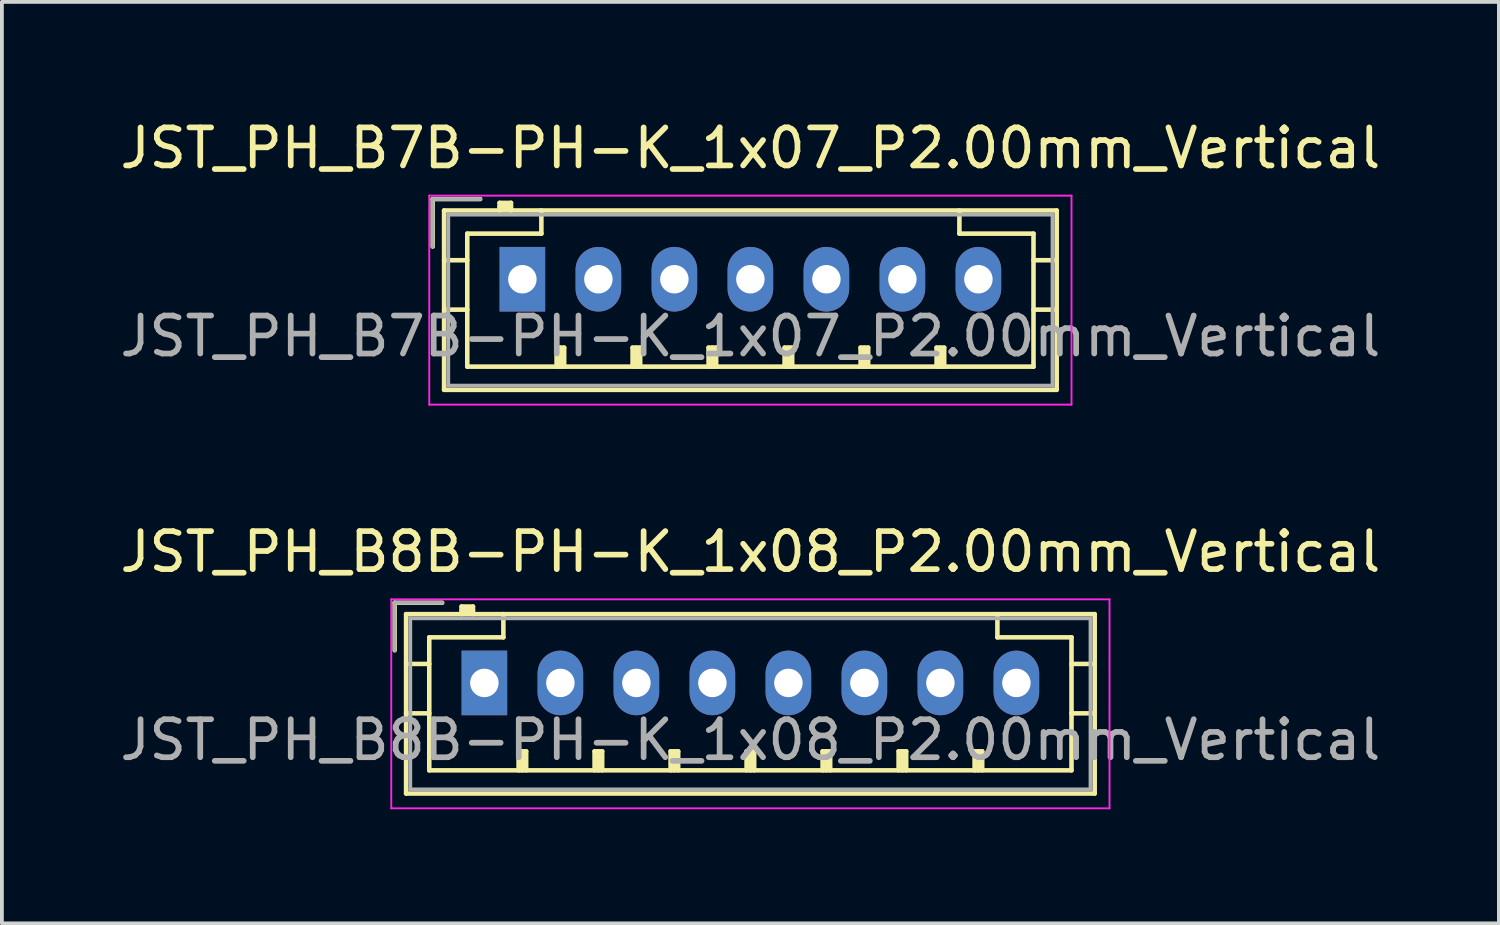
<source format=kicad_pcb>
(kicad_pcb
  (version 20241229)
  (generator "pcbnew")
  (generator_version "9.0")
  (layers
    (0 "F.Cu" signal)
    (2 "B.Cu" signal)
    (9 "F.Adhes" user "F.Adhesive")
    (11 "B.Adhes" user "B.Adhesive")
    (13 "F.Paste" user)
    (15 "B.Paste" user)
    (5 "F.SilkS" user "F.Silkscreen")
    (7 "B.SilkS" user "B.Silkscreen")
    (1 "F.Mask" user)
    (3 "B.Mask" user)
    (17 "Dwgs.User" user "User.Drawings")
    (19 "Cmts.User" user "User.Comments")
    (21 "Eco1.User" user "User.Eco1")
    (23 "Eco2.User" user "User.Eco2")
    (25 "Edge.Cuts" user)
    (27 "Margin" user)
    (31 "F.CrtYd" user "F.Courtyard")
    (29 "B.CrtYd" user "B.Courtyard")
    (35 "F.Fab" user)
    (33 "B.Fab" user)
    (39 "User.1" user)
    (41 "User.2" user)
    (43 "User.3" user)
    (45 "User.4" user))
  (footprint "JST_PH_B8B-PH-K_1x08_P2.00mm_Vertical"
    (layer "F.Cu")
    (at 9.696 14.921)
    (property "Reference" "JST_PH_B8B-PH-K_1x08_P2.00mm_Vertical" (at 7 -3.45 0) (layer "F.SilkS") (effects (font (size 1 1) (thickness 0.15))))
    (attr through_hole)
    (fp_line (start -2.36 -2.11) (end -2.36 -0.86) (stroke (width 0.12) (type solid)) (layer "F.SilkS"))
    (fp_line (start -2.06 -1.81) (end -2.06 2.91) (stroke (width 0.12) (type solid)) (layer "F.SilkS"))
    (fp_line (start -2.06 -0.5) (end -1.45 -0.5) (stroke (width 0.12) (type solid)) (layer "F.SilkS"))
    (fp_line (start -2.06 0.8) (end -1.45 0.8) (stroke (width 0.12) (type solid)) (layer "F.SilkS"))
    (fp_line (start -2.06 2.91) (end 16.06 2.91) (stroke (width 0.12) (type solid)) (layer "F.SilkS"))
    (fp_line (start -1.45 -1.2) (end -1.45 2.3) (stroke (width 0.12) (type solid)) (layer "F.SilkS"))
    (fp_line (start -1.45 2.3) (end 15.45 2.3) (stroke (width 0.12) (type solid)) (layer "F.SilkS"))
    (fp_line (start -1.11 -2.11) (end -2.36 -2.11) (stroke (width 0.12) (type solid)) (layer "F.SilkS"))
    (fp_line (start -0.6 -2.01) (end -0.6 -1.81) (stroke (width 0.12) (type solid)) (layer "F.SilkS"))
    (fp_line (start -0.3 -2.01) (end -0.6 -2.01) (stroke (width 0.12) (type solid)) (layer "F.SilkS"))
    (fp_line (start -0.3 -1.91) (end -0.6 -1.91) (stroke (width 0.12) (type solid)) (layer "F.SilkS"))
    (fp_line (start -0.3 -1.81) (end -0.3 -2.01) (stroke (width 0.12) (type solid)) (layer "F.SilkS"))
    (fp_line (start 0.5 -1.81) (end 0.5 -1.2) (stroke (width 0.12) (type solid)) (layer "F.SilkS"))
    (fp_line (start 0.5 -1.2) (end -1.45 -1.2) (stroke (width 0.12) (type solid)) (layer "F.SilkS"))
    (fp_line (start 0.9 1.8) (end 1.1 1.8) (stroke (width 0.12) (type solid)) (layer "F.SilkS"))
    (fp_line (start 0.9 2.3) (end 0.9 1.8) (stroke (width 0.12) (type solid)) (layer "F.SilkS"))
    (fp_line (start 1 2.3) (end 1 1.8) (stroke (width 0.12) (type solid)) (layer "F.SilkS"))
    (fp_line (start 1.1 1.8) (end 1.1 2.3) (stroke (width 0.12) (type solid)) (layer "F.SilkS"))
    (fp_line (start 2.9 1.8) (end 3.1 1.8) (stroke (width 0.12) (type solid)) (layer "F.SilkS"))
    (fp_line (start 2.9 2.3) (end 2.9 1.8) (stroke (width 0.12) (type solid)) (layer "F.SilkS"))
    (fp_line (start 3 2.3) (end 3 1.8) (stroke (width 0.12) (type solid)) (layer "F.SilkS"))
    (fp_line (start 3.1 1.8) (end 3.1 2.3) (stroke (width 0.12) (type solid)) (layer "F.SilkS"))
    (fp_line (start 4.9 1.8) (end 5.1 1.8) (stroke (width 0.12) (type solid)) (layer "F.SilkS"))
    (fp_line (start 4.9 2.3) (end 4.9 1.8) (stroke (width 0.12) (type solid)) (layer "F.SilkS"))
    (fp_line (start 5 2.3) (end 5 1.8) (stroke (width 0.12) (type solid)) (layer "F.SilkS"))
    (fp_line (start 5.1 1.8) (end 5.1 2.3) (stroke (width 0.12) (type solid)) (layer "F.SilkS"))
    (fp_line (start 6.9 1.8) (end 7.1 1.8) (stroke (width 0.12) (type solid)) (layer "F.SilkS"))
    (fp_line (start 6.9 2.3) (end 6.9 1.8) (stroke (width 0.12) (type solid)) (layer "F.SilkS"))
    (fp_line (start 7 2.3) (end 7 1.8) (stroke (width 0.12) (type solid)) (layer "F.SilkS"))
    (fp_line (start 7.1 1.8) (end 7.1 2.3) (stroke (width 0.12) (type solid)) (layer "F.SilkS"))
    (fp_line (start 8.9 1.8) (end 9.1 1.8) (stroke (width 0.12) (type solid)) (layer "F.SilkS"))
    (fp_line (start 8.9 2.3) (end 8.9 1.8) (stroke (width 0.12) (type solid)) (layer "F.SilkS"))
    (fp_line (start 9 2.3) (end 9 1.8) (stroke (width 0.12) (type solid)) (layer "F.SilkS"))
    (fp_line (start 9.1 1.8) (end 9.1 2.3) (stroke (width 0.12) (type solid)) (layer "F.SilkS"))
    (fp_line (start 10.9 1.8) (end 11.1 1.8) (stroke (width 0.12) (type solid)) (layer "F.SilkS"))
    (fp_line (start 10.9 2.3) (end 10.9 1.8) (stroke (width 0.12) (type solid)) (layer "F.SilkS"))
    (fp_line (start 11 2.3) (end 11 1.8) (stroke (width 0.12) (type solid)) (layer "F.SilkS"))
    (fp_line (start 11.1 1.8) (end 11.1 2.3) (stroke (width 0.12) (type solid)) (layer "F.SilkS"))
    (fp_line (start 12.9 1.8) (end 13.1 1.8) (stroke (width 0.12) (type solid)) (layer "F.SilkS"))
    (fp_line (start 12.9 2.3) (end 12.9 1.8) (stroke (width 0.12) (type solid)) (layer "F.SilkS"))
    (fp_line (start 13 2.3) (end 13 1.8) (stroke (width 0.12) (type solid)) (layer "F.SilkS"))
    (fp_line (start 13.1 1.8) (end 13.1 2.3) (stroke (width 0.12) (type solid)) (layer "F.SilkS"))
    (fp_line (start 13.5 -1.2) (end 13.5 -1.81) (stroke (width 0.12) (type solid)) (layer "F.SilkS"))
    (fp_line (start 15.45 -1.2) (end 13.5 -1.2) (stroke (width 0.12) (type solid)) (layer "F.SilkS"))
    (fp_line (start 15.45 2.3) (end 15.45 -1.2) (stroke (width 0.12) (type solid)) (layer "F.SilkS"))
    (fp_line (start 16.06 -1.81) (end -2.06 -1.81) (stroke (width 0.12) (type solid)) (layer "F.SilkS"))
    (fp_line (start 16.06 -0.5) (end 15.45 -0.5) (stroke (width 0.12) (type solid)) (layer "F.SilkS"))
    (fp_line (start 16.06 0.8) (end 15.45 0.8) (stroke (width 0.12) (type solid)) (layer "F.SilkS"))
    (fp_line (start 16.06 2.91) (end 16.06 -1.81) (stroke (width 0.12) (type solid)) (layer "F.SilkS"))
    (fp_line (start -2.45 -2.2) (end -2.45 3.3) (stroke (width 0.05) (type solid)) (layer "F.CrtYd"))
    (fp_line (start -2.45 3.3) (end 16.45 3.3) (stroke (width 0.05) (type solid)) (layer "F.CrtYd"))
    (fp_line (start 16.45 -2.2) (end -2.45 -2.2) (stroke (width 0.05) (type solid)) (layer "F.CrtYd"))
    (fp_line (start 16.45 3.3) (end 16.45 -2.2) (stroke (width 0.05) (type solid)) (layer "F.CrtYd"))
    (fp_line (start -2.36 -2.11) (end -2.36 -0.86) (stroke (width 0.1) (type solid)) (layer "F.Fab"))
    (fp_line (start -1.95 -1.7) (end -1.95 2.8) (stroke (width 0.1) (type solid)) (layer "F.Fab"))
    (fp_line (start -1.95 2.8) (end 15.95 2.8) (stroke (width 0.1) (type solid)) (layer "F.Fab"))
    (fp_line (start -1.11 -2.11) (end -2.36 -2.11) (stroke (width 0.1) (type solid)) (layer "F.Fab"))
    (fp_line (start 15.95 -1.7) (end -1.95 -1.7) (stroke (width 0.1) (type solid)) (layer "F.Fab"))
    (fp_line (start 15.95 2.8) (end 15.95 -1.7) (stroke (width 0.1) (type solid)) (layer "F.Fab"))
    (fp_text user "${REFERENCE}" (at 7 1.5 0) (layer "F.Fab") (effects (font (size 1 1) (thickness 0.15))))
    (pad "1" thru_hole rect (at 0 0) (size 1.2 1.7) (drill 0.75) (layers "*.Cu" "*.Mask"))
    (pad "2" thru_hole oval (at 2 0) (size 1.2 1.7) (drill 0.75) (layers "*.Cu" "*.Mask"))
    (pad "3" thru_hole oval (at 4 0) (size 1.2 1.7) (drill 0.75) (layers "*.Cu" "*.Mask"))
    (pad "4" thru_hole oval (at 6 0) (size 1.2 1.7) (drill 0.75) (layers "*.Cu" "*.Mask"))
    (pad "5" thru_hole oval (at 8 0) (size 1.2 1.7) (drill 0.75) (layers "*.Cu" "*.Mask"))
    (pad "6" thru_hole oval (at 10 0) (size 1.2 1.7) (drill 0.75) (layers "*.Cu" "*.Mask"))
    (pad "7" thru_hole oval (at 12 0) (size 1.2 1.7) (drill 0.75) (layers "*.Cu" "*.Mask"))
    (pad "8" thru_hole oval (at 14 0) (size 1.2 1.7) (drill 0.75) (layers "*.Cu" "*.Mask")))
  (footprint "JST_PH_B7B-PH-K_1x07_P2.00mm_Vertical"
    (layer "F.Cu")
    (at 10.696 4.298)
    (property "Reference" "JST_PH_B7B-PH-K_1x07_P2.00mm_Vertical" (at 6 -3.45 0) (layer "F.SilkS") (effects (font (size 1 1) (thickness 0.15))))
    (attr through_hole)
    (fp_line (start -2.36 -2.11) (end -2.36 -0.86) (stroke (width 0.12) (type solid)) (layer "F.SilkS"))
    (fp_line (start -2.06 -1.81) (end -2.06 2.91) (stroke (width 0.12) (type solid)) (layer "F.SilkS"))
    (fp_line (start -2.06 -0.5) (end -1.45 -0.5) (stroke (width 0.12) (type solid)) (layer "F.SilkS"))
    (fp_line (start -2.06 0.8) (end -1.45 0.8) (stroke (width 0.12) (type solid)) (layer "F.SilkS"))
    (fp_line (start -2.06 2.91) (end 14.06 2.91) (stroke (width 0.12) (type solid)) (layer "F.SilkS"))
    (fp_line (start -1.45 -1.2) (end -1.45 2.3) (stroke (width 0.12) (type solid)) (layer "F.SilkS"))
    (fp_line (start -1.45 2.3) (end 13.45 2.3) (stroke (width 0.12) (type solid)) (layer "F.SilkS"))
    (fp_line (start -1.11 -2.11) (end -2.36 -2.11) (stroke (width 0.12) (type solid)) (layer "F.SilkS"))
    (fp_line (start -0.6 -2.01) (end -0.6 -1.81) (stroke (width 0.12) (type solid)) (layer "F.SilkS"))
    (fp_line (start -0.3 -2.01) (end -0.6 -2.01) (stroke (width 0.12) (type solid)) (layer "F.SilkS"))
    (fp_line (start -0.3 -1.91) (end -0.6 -1.91) (stroke (width 0.12) (type solid)) (layer "F.SilkS"))
    (fp_line (start -0.3 -1.81) (end -0.3 -2.01) (stroke (width 0.12) (type solid)) (layer "F.SilkS"))
    (fp_line (start 0.5 -1.81) (end 0.5 -1.2) (stroke (width 0.12) (type solid)) (layer "F.SilkS"))
    (fp_line (start 0.5 -1.2) (end -1.45 -1.2) (stroke (width 0.12) (type solid)) (layer "F.SilkS"))
    (fp_line (start 0.9 1.8) (end 1.1 1.8) (stroke (width 0.12) (type solid)) (layer "F.SilkS"))
    (fp_line (start 0.9 2.3) (end 0.9 1.8) (stroke (width 0.12) (type solid)) (layer "F.SilkS"))
    (fp_line (start 1 2.3) (end 1 1.8) (stroke (width 0.12) (type solid)) (layer "F.SilkS"))
    (fp_line (start 1.1 1.8) (end 1.1 2.3) (stroke (width 0.12) (type solid)) (layer "F.SilkS"))
    (fp_line (start 2.9 1.8) (end 3.1 1.8) (stroke (width 0.12) (type solid)) (layer "F.SilkS"))
    (fp_line (start 2.9 2.3) (end 2.9 1.8) (stroke (width 0.12) (type solid)) (layer "F.SilkS"))
    (fp_line (start 3 2.3) (end 3 1.8) (stroke (width 0.12) (type solid)) (layer "F.SilkS"))
    (fp_line (start 3.1 1.8) (end 3.1 2.3) (stroke (width 0.12) (type solid)) (layer "F.SilkS"))
    (fp_line (start 4.9 1.8) (end 5.1 1.8) (stroke (width 0.12) (type solid)) (layer "F.SilkS"))
    (fp_line (start 4.9 2.3) (end 4.9 1.8) (stroke (width 0.12) (type solid)) (layer "F.SilkS"))
    (fp_line (start 5 2.3) (end 5 1.8) (stroke (width 0.12) (type solid)) (layer "F.SilkS"))
    (fp_line (start 5.1 1.8) (end 5.1 2.3) (stroke (width 0.12) (type solid)) (layer "F.SilkS"))
    (fp_line (start 6.9 1.8) (end 7.1 1.8) (stroke (width 0.12) (type solid)) (layer "F.SilkS"))
    (fp_line (start 6.9 2.3) (end 6.9 1.8) (stroke (width 0.12) (type solid)) (layer "F.SilkS"))
    (fp_line (start 7 2.3) (end 7 1.8) (stroke (width 0.12) (type solid)) (layer "F.SilkS"))
    (fp_line (start 7.1 1.8) (end 7.1 2.3) (stroke (width 0.12) (type solid)) (layer "F.SilkS"))
    (fp_line (start 8.9 1.8) (end 9.1 1.8) (stroke (width 0.12) (type solid)) (layer "F.SilkS"))
    (fp_line (start 8.9 2.3) (end 8.9 1.8) (stroke (width 0.12) (type solid)) (layer "F.SilkS"))
    (fp_line (start 9 2.3) (end 9 1.8) (stroke (width 0.12) (type solid)) (layer "F.SilkS"))
    (fp_line (start 9.1 1.8) (end 9.1 2.3) (stroke (width 0.12) (type solid)) (layer "F.SilkS"))
    (fp_line (start 10.9 1.8) (end 11.1 1.8) (stroke (width 0.12) (type solid)) (layer "F.SilkS"))
    (fp_line (start 10.9 2.3) (end 10.9 1.8) (stroke (width 0.12) (type solid)) (layer "F.SilkS"))
    (fp_line (start 11 2.3) (end 11 1.8) (stroke (width 0.12) (type solid)) (layer "F.SilkS"))
    (fp_line (start 11.1 1.8) (end 11.1 2.3) (stroke (width 0.12) (type solid)) (layer "F.SilkS"))
    (fp_line (start 11.5 -1.2) (end 11.5 -1.81) (stroke (width 0.12) (type solid)) (layer "F.SilkS"))
    (fp_line (start 13.45 -1.2) (end 11.5 -1.2) (stroke (width 0.12) (type solid)) (layer "F.SilkS"))
    (fp_line (start 13.45 2.3) (end 13.45 -1.2) (stroke (width 0.12) (type solid)) (layer "F.SilkS"))
    (fp_line (start 14.06 -1.81) (end -2.06 -1.81) (stroke (width 0.12) (type solid)) (layer "F.SilkS"))
    (fp_line (start 14.06 -0.5) (end 13.45 -0.5) (stroke (width 0.12) (type solid)) (layer "F.SilkS"))
    (fp_line (start 14.06 0.8) (end 13.45 0.8) (stroke (width 0.12) (type solid)) (layer "F.SilkS"))
    (fp_line (start 14.06 2.91) (end 14.06 -1.81) (stroke (width 0.12) (type solid)) (layer "F.SilkS"))
    (fp_line (start -2.45 -2.2) (end -2.45 3.3) (stroke (width 0.05) (type solid)) (layer "F.CrtYd"))
    (fp_line (start -2.45 3.3) (end 14.45 3.3) (stroke (width 0.05) (type solid)) (layer "F.CrtYd"))
    (fp_line (start 14.45 -2.2) (end -2.45 -2.2) (stroke (width 0.05) (type solid)) (layer "F.CrtYd"))
    (fp_line (start 14.45 3.3) (end 14.45 -2.2) (stroke (width 0.05) (type solid)) (layer "F.CrtYd"))
    (fp_line (start -2.36 -2.11) (end -2.36 -0.86) (stroke (width 0.1) (type solid)) (layer "F.Fab"))
    (fp_line (start -1.95 -1.7) (end -1.95 2.8) (stroke (width 0.1) (type solid)) (layer "F.Fab"))
    (fp_line (start -1.95 2.8) (end 13.95 2.8) (stroke (width 0.1) (type solid)) (layer "F.Fab"))
    (fp_line (start -1.11 -2.11) (end -2.36 -2.11) (stroke (width 0.1) (type solid)) (layer "F.Fab"))
    (fp_line (start 13.95 -1.7) (end -1.95 -1.7) (stroke (width 0.1) (type solid)) (layer "F.Fab"))
    (fp_line (start 13.95 2.8) (end 13.95 -1.7) (stroke (width 0.1) (type solid)) (layer "F.Fab"))
    (fp_text user "${REFERENCE}" (at 6 1.5 0) (layer "F.Fab") (effects (font (size 1 1) (thickness 0.15))))
    (pad "1" thru_hole rect (at 0 0) (size 1.2 1.7) (drill 0.75) (layers "*.Cu" "*.Mask"))
    (pad "2" thru_hole oval (at 2 0) (size 1.2 1.7) (drill 0.75) (layers "*.Cu" "*.Mask"))
    (pad "3" thru_hole oval (at 4 0) (size 1.2 1.7) (drill 0.75) (layers "*.Cu" "*.Mask"))
    (pad "4" thru_hole oval (at 6 0) (size 1.2 1.7) (drill 0.75) (layers "*.Cu" "*.Mask"))
    (pad "5" thru_hole oval (at 8 0) (size 1.2 1.7) (drill 0.75) (layers "*.Cu" "*.Mask"))
    (pad "6" thru_hole oval (at 10 0) (size 1.2 1.7) (drill 0.75) (layers "*.Cu" "*.Mask"))
    (pad "7" thru_hole oval (at 12 0) (size 1.2 1.7) (drill 0.75) (layers "*.Cu" "*.Mask")))
  (gr_rect
    (start -3 -3)
    (end 36.393 21.247)
    (stroke (width 0.1) (type default))
    (fill no)
    (layer "Edge.Cuts")))
</source>
